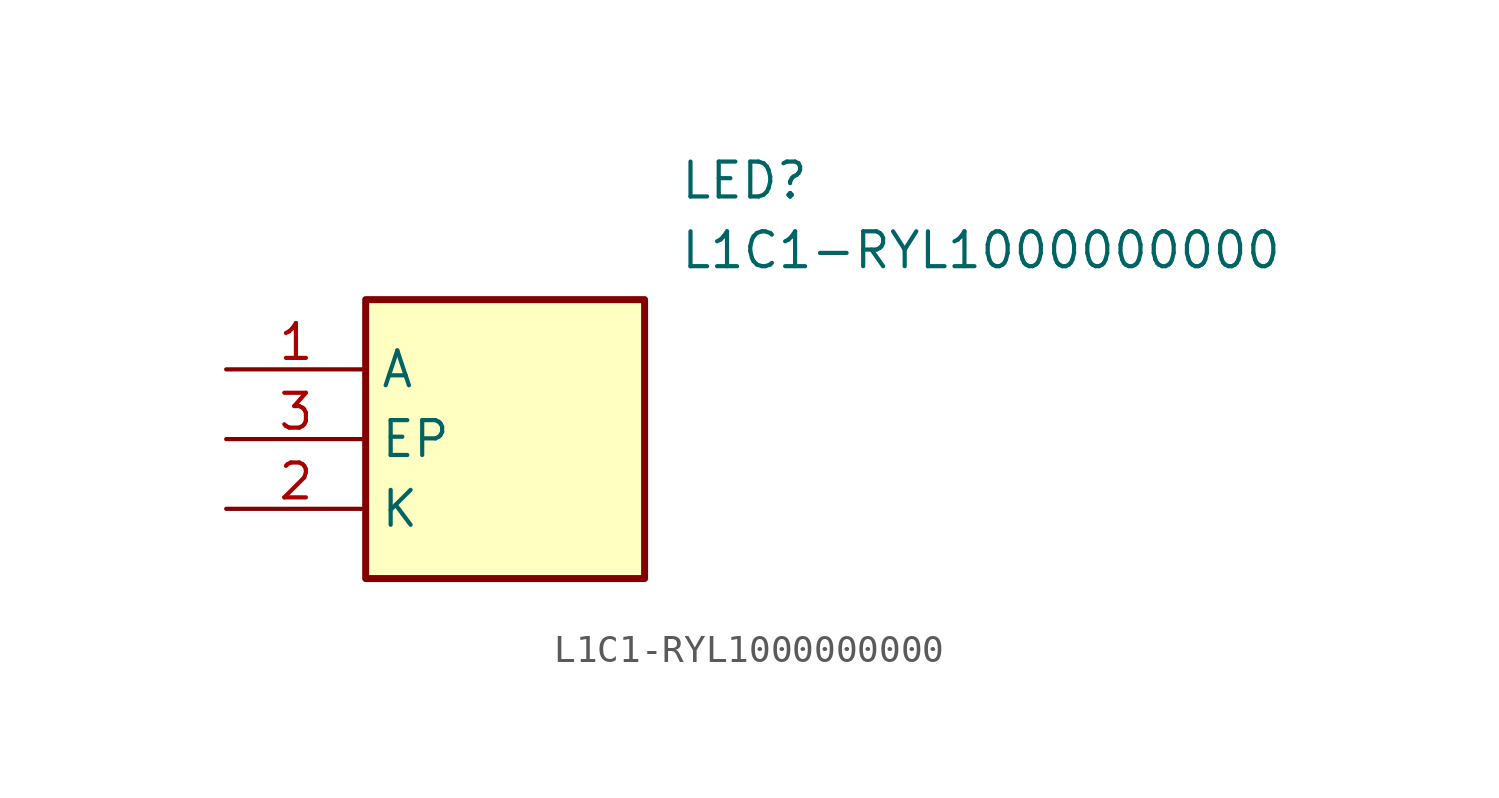
<source format=kicad_sym>
(kicad_symbol_lib
  (version 20211014)
  (generator SamacSys_ECAD_Model)
  (symbol "L1C1-RYL1000000000"
    (property "Reference" "LED"
      (at 16.51 7.62 0)
      (effects (font (size 1.27 1.27)) (justify left top)))
    (property "Value" "L1C1-RYL1000000000"
      (at 16.51 5.08 0)
      (effects (font (size 1.27 1.27)) (justify left top)))
    (rectangle
      (start 5.08 2.54)
      (end 15.24 -7.62)
      (stroke (width 0.254) (type default))
      (fill (type background)))
    (pin passive line
      (at 0 0 0)
      (length 5.08)
      (name "A" (effects (font (size 1.27 1.27))))
      (number "1" (effects (font (size 1.27 1.27)))))
    (pin passive line
      (at 0 -5.08 0)
      (length 5.08)
      (name "K" (effects (font (size 1.27 1.27))))
      (number "2" (effects (font (size 1.27 1.27)))))
    (pin passive line
      (at 0 -2.54 0)
      (length 5.08)
      (name "EP" (effects (font (size 1.27 1.27))))
      (number "3" (effects (font (size 1.27 1.27)))))))
</source>
